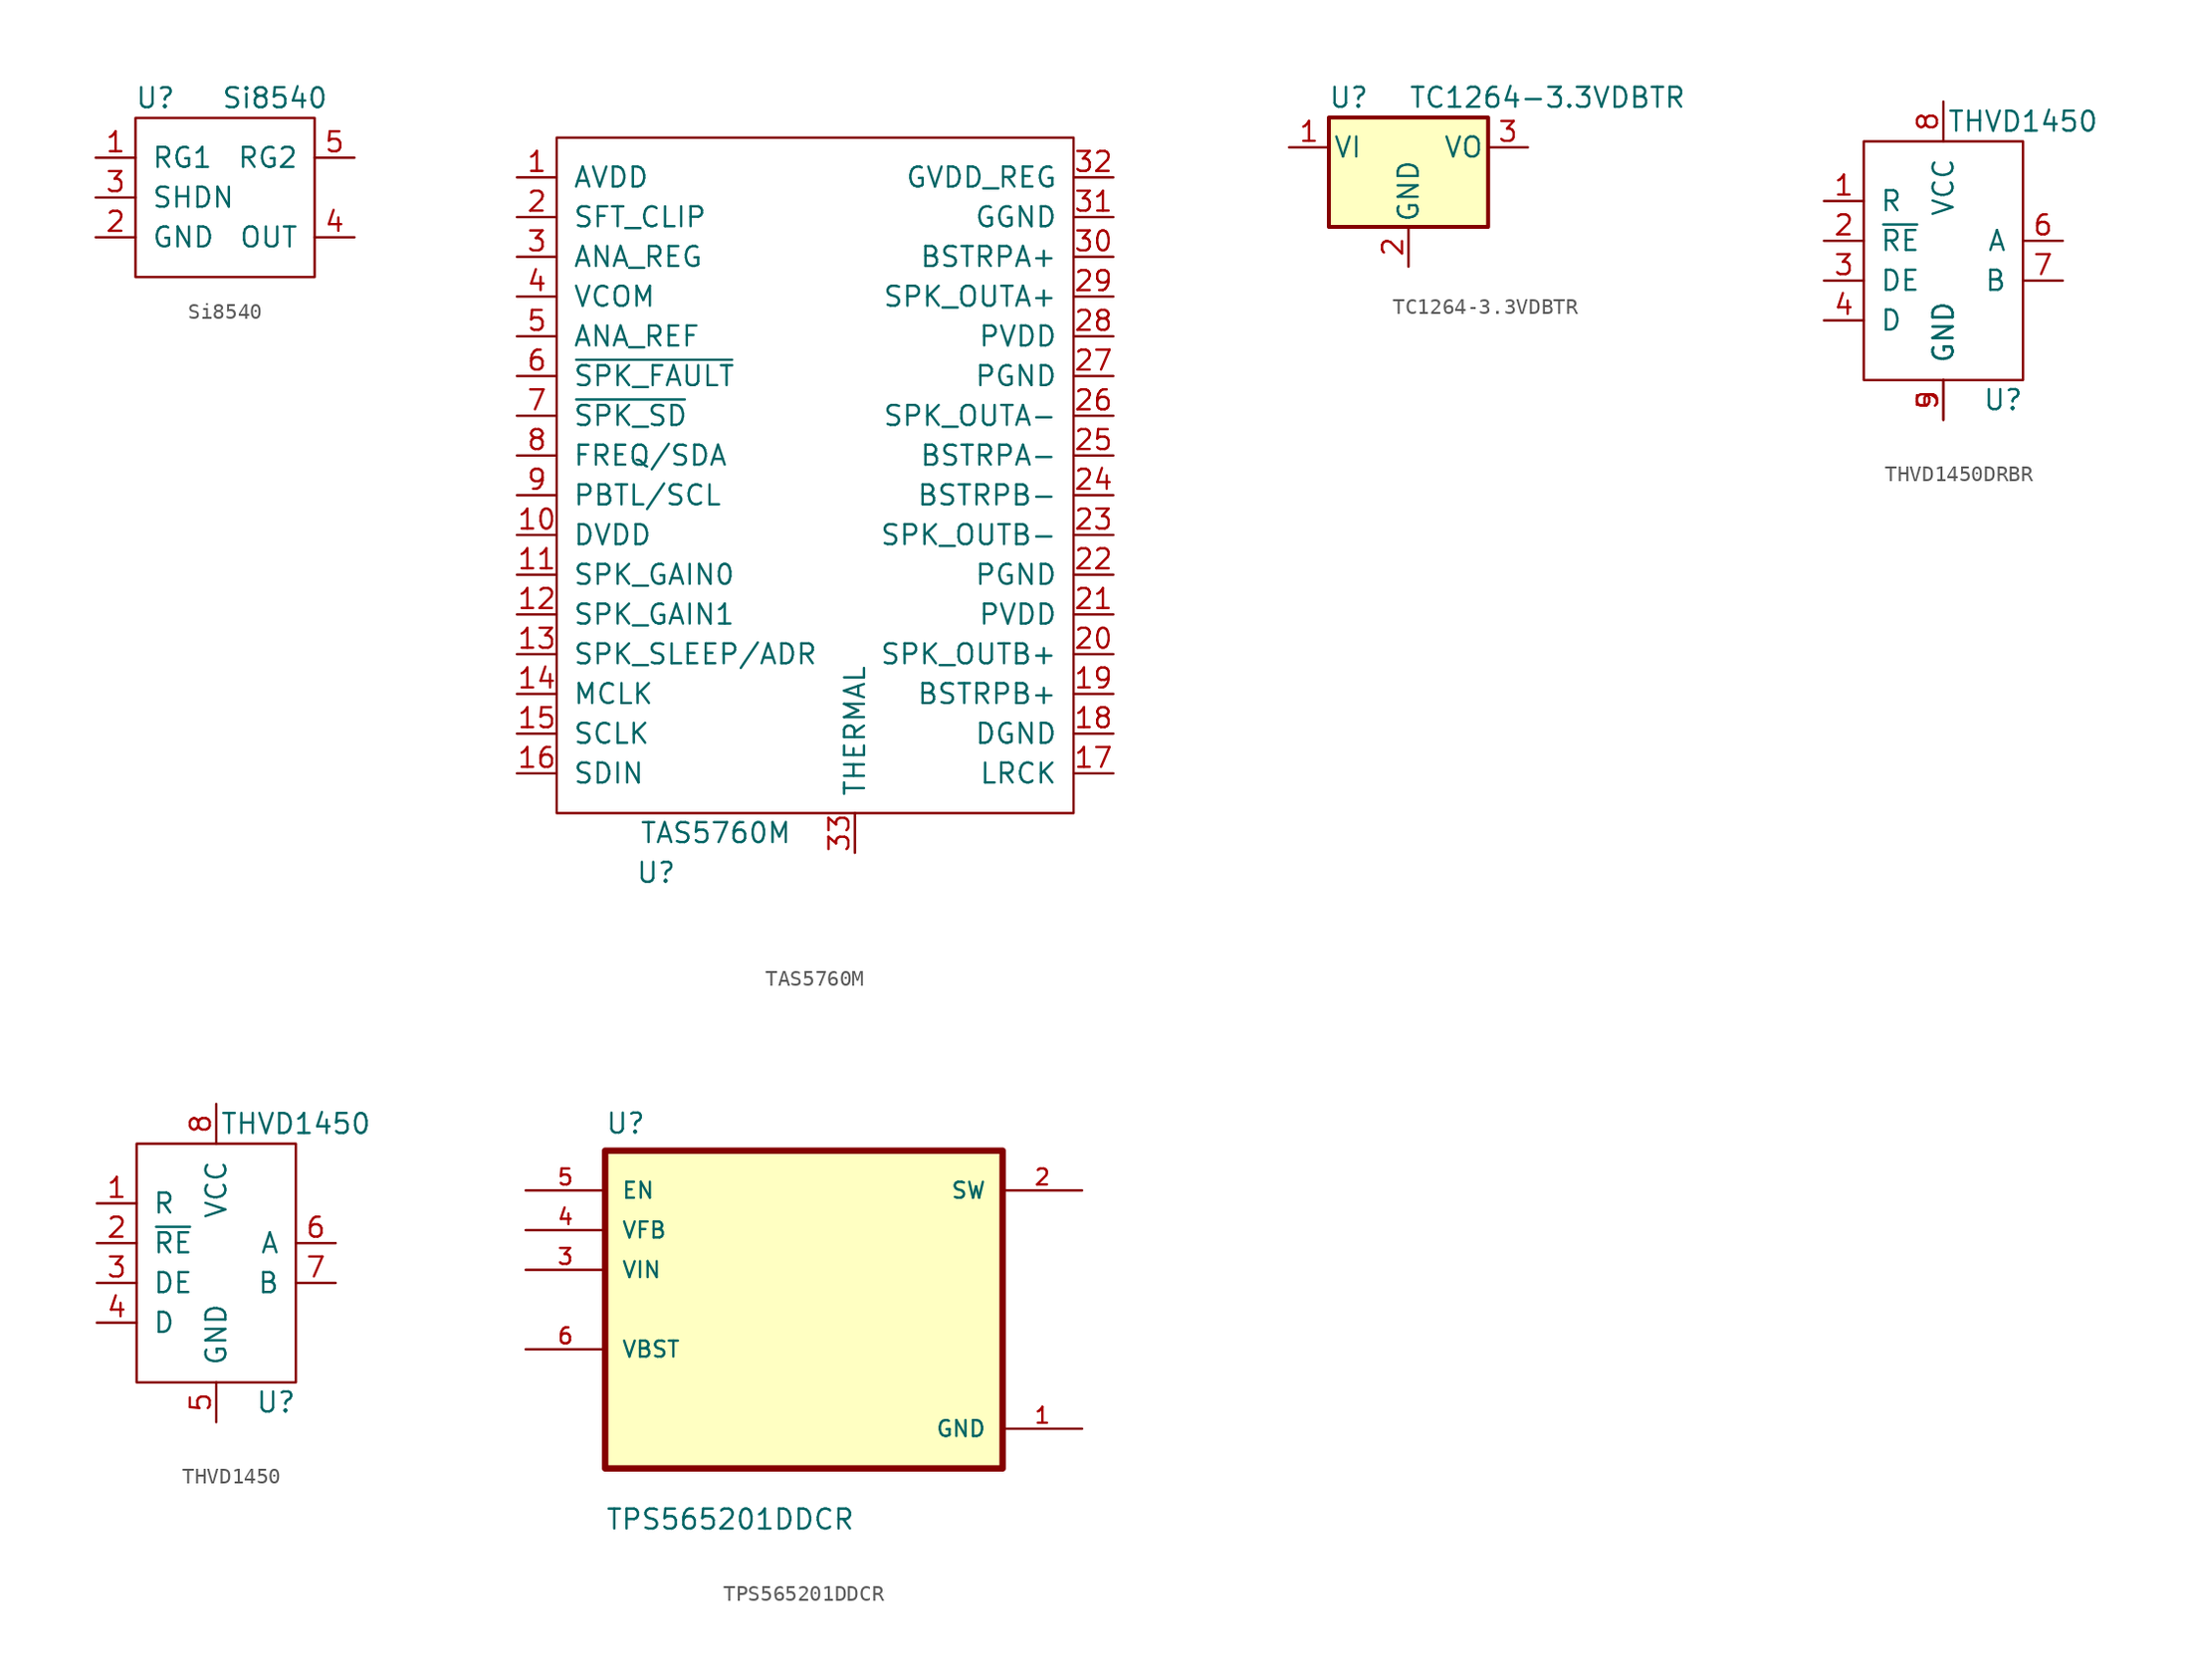
<source format=kicad_sym>
(kicad_symbol_lib
  (version 20220914)
  (generator kicad_symbol_editor)
  (symbol "Si8540"
    (pin_names
      (offset 1.016))
    (property "Reference" "U"
      (at -5.08 6.35 0)
      (effects (font (size 1.27 1.27))))
    (property "Value" "Si8540"
      (at 2.54 6.35 0)
      (effects (font (size 1.27 1.27))))
    (symbol "Si8540_0_1"
      (rectangle (start -6.35 5.08) (end 5.08 -5.08) (stroke (width 0) (type default)) (fill (type none))))
    (symbol "Si8540_1_1"
      (pin input line (at -8.89 2.54 0) (length 2.54) (name "RG1" (effects (font (size 1.27 1.27)))) (number "1" (effects (font (size 1.27 1.27)))))
      (pin input line (at -8.89 -2.54 0) (length 2.54) (name "GND" (effects (font (size 1.27 1.27)))) (number "2" (effects (font (size 1.27 1.27)))))
      (pin input line (at -8.89 0 0) (length 2.54) (name "SHDN" (effects (font (size 1.27 1.27)))) (number "3" (effects (font (size 1.27 1.27)))))
      (pin input line (at 7.62 -2.54 180) (length 2.54) (name "OUT" (effects (font (size 1.27 1.27)))) (number "4" (effects (font (size 1.27 1.27)))))
      (pin input line (at 7.62 2.54 180) (length 2.54) (name "RG2" (effects (font (size 1.27 1.27)))) (number "5" (effects (font (size 1.27 1.27)))))))
  (symbol "TAS5760M"
    (pin_names
      (offset 1.016))
    (property "Reference" "U"
      (at -10.16 -25.4 0)
      (effects (font (size 1.27 1.27))))
    (property "Value" "TAS5760M"
      (at -6.35 -22.86 0)
      (effects (font (size 1.27 1.27))))
    (symbol "TAS5760M_0_1"
      (rectangle (start -16.51 21.59) (end 16.51 -21.59) (stroke (width 0) (type default)) (fill (type none))))
    (symbol "TAS5760M_1_1"
      (pin input line (at -19.05 19.05 0) (length 2.54) (name "AVDD" (effects (font (size 1.27 1.27)))) (number "1" (effects (font (size 1.27 1.27)))))
      (pin input line (at -19.05 -3.81 0) (length 2.54) (name "DVDD" (effects (font (size 1.27 1.27)))) (number "10" (effects (font (size 1.27 1.27)))))
      (pin input line (at -19.05 -6.35 0) (length 2.54) (name "SPK_GAIN0" (effects (font (size 1.27 1.27)))) (number "11" (effects (font (size 1.27 1.27)))))
      (pin input line (at -19.05 -8.89 0) (length 2.54) (name "SPK_GAIN1" (effects (font (size 1.27 1.27)))) (number "12" (effects (font (size 1.27 1.27)))))
      (pin input line (at -19.05 -11.43 0) (length 2.54) (name "SPK_SLEEP/ADR" (effects (font (size 1.27 1.27)))) (number "13" (effects (font (size 1.27 1.27)))))
      (pin input line (at -19.05 -13.97 0) (length 2.54) (name "MCLK" (effects (font (size 1.27 1.27)))) (number "14" (effects (font (size 1.27 1.27)))))
      (pin input line (at -19.05 -16.51 0) (length 2.54) (name "SCLK" (effects (font (size 1.27 1.27)))) (number "15" (effects (font (size 1.27 1.27)))))
      (pin input line (at -19.05 -19.05 0) (length 2.54) (name "SDIN" (effects (font (size 1.27 1.27)))) (number "16" (effects (font (size 1.27 1.27)))))
      (pin input line (at 19.05 -19.05 180) (length 2.54) (name "LRCK" (effects (font (size 1.27 1.27)))) (number "17" (effects (font (size 1.27 1.27)))))
      (pin input line (at 19.05 -16.51 180) (length 2.54) (name "DGND" (effects (font (size 1.27 1.27)))) (number "18" (effects (font (size 1.27 1.27)))))
      (pin input line (at 19.05 -13.97 180) (length 2.54) (name "BSTRPB+" (effects (font (size 1.27 1.27)))) (number "19" (effects (font (size 1.27 1.27)))))
      (pin input line (at -19.05 16.51 0) (length 2.54) (name "SFT_CLIP" (effects (font (size 1.27 1.27)))) (number "2" (effects (font (size 1.27 1.27)))))
      (pin input line (at 19.05 -11.43 180) (length 2.54) (name "SPK_OUTB+" (effects (font (size 1.27 1.27)))) (number "20" (effects (font (size 1.27 1.27)))))
      (pin input line (at 19.05 -8.89 180) (length 2.54) (name "PVDD" (effects (font (size 1.27 1.27)))) (number "21" (effects (font (size 1.27 1.27)))))
      (pin input line (at 19.05 -6.35 180) (length 2.54) (name "PGND" (effects (font (size 1.27 1.27)))) (number "22" (effects (font (size 1.27 1.27)))))
      (pin input line (at 19.05 -3.81 180) (length 2.54) (name "SPK_OUTB-" (effects (font (size 1.27 1.27)))) (number "23" (effects (font (size 1.27 1.27)))))
      (pin input line (at 19.05 -1.27 180) (length 2.54) (name "BSTRPB-" (effects (font (size 1.27 1.27)))) (number "24" (effects (font (size 1.27 1.27)))))
      (pin input line (at 19.05 1.27 180) (length 2.54) (name "BSTRPA-" (effects (font (size 1.27 1.27)))) (number "25" (effects (font (size 1.27 1.27)))))
      (pin input line (at 19.05 3.81 180) (length 2.54) (name "SPK_OUTA-" (effects (font (size 1.27 1.27)))) (number "26" (effects (font (size 1.27 1.27)))))
      (pin input line (at 19.05 6.35 180) (length 2.54) (name "PGND" (effects (font (size 1.27 1.27)))) (number "27" (effects (font (size 1.27 1.27)))))
      (pin input line (at 19.05 8.89 180) (length 2.54) (name "PVDD" (effects (font (size 1.27 1.27)))) (number "28" (effects (font (size 1.27 1.27)))))
      (pin input line (at 19.05 11.43 180) (length 2.54) (name "SPK_OUTA+" (effects (font (size 1.27 1.27)))) (number "29" (effects (font (size 1.27 1.27)))))
      (pin input line (at -19.05 13.97 0) (length 2.54) (name "ANA_REG" (effects (font (size 1.27 1.27)))) (number "3" (effects (font (size 1.27 1.27)))))
      (pin input line (at 19.05 13.97 180) (length 2.54) (name "BSTRPA+" (effects (font (size 1.27 1.27)))) (number "30" (effects (font (size 1.27 1.27)))))
      (pin input line (at 19.05 16.51 180) (length 2.54) (name "GGND" (effects (font (size 1.27 1.27)))) (number "31" (effects (font (size 1.27 1.27)))))
      (pin input line (at 19.05 19.05 180) (length 2.54) (name "GVDD_REG" (effects (font (size 1.27 1.27)))) (number "32" (effects (font (size 1.27 1.27)))))
      (pin input line (at 2.54 -24.13 90) (length 2.54) (name "THERMAL" (effects (font (size 1.27 1.27)))) (number "33" (effects (font (size 1.27 1.27)))))
      (pin input line (at -19.05 11.43 0) (length 2.54) (name "VCOM" (effects (font (size 1.27 1.27)))) (number "4" (effects (font (size 1.27 1.27)))))
      (pin input line (at -19.05 8.89 0) (length 2.54) (name "ANA_REF" (effects (font (size 1.27 1.27)))) (number "5" (effects (font (size 1.27 1.27)))))
      (pin input line (at -19.05 6.35 0) (length 2.54) (name "~{SPK_FAULT}" (effects (font (size 1.27 1.27)))) (number "6" (effects (font (size 1.27 1.27)))))
      (pin input line (at -19.05 3.81 0) (length 2.54) (name "~{SPK_SD}" (effects (font (size 1.27 1.27)))) (number "7" (effects (font (size 1.27 1.27)))))
      (pin input line (at -19.05 1.27 0) (length 2.54) (name "FREQ/SDA" (effects (font (size 1.27 1.27)))) (number "8" (effects (font (size 1.27 1.27)))))
      (pin input line (at -19.05 -1.27 0) (length 2.54) (name "PBTL/SCL" (effects (font (size 1.27 1.27)))) (number "9" (effects (font (size 1.27 1.27)))))))
  (symbol "TC1264-3.3VDBTR"
    (pin_names
      (offset 0.254))
    (property "Reference" "U"
      (at -3.81 3.175 0)
      (effects (font (size 1.27 1.27))))
    (property "Value" "TC1264-3.3VDBTR"
      (at 0 3.175 0)
      (effects (font (size 1.27 1.27)) (justify left)))
    (symbol "TC1264-3.3VDBTR_0_1"
      (rectangle (start -5.08 -5.08) (end 5.08 1.905) (stroke (width 0.254) (type default)) (fill (type background))))
    (symbol "TC1264-3.3VDBTR_1_1"
      (pin power_in line (at -7.62 0 0) (length 2.54) (name "VI" (effects (font (size 1.27 1.27)))) (number "1" (effects (font (size 1.27 1.27)))))
      (pin power_in line (at 0 -7.62 90) (length 2.54) (name "GND" (effects (font (size 1.27 1.27)))) (number "2" (effects (font (size 1.27 1.27)))))
      (pin power_out line (at 7.62 0 180) (length 2.54) (name "VO" (effects (font (size 1.27 1.27)))) (number "3" (effects (font (size 1.27 1.27)))))))
  (symbol "THVD1450DRBR"
    (pin_names
      (offset 1.016))
    (property "Reference" "U"
      (at 3.81 -8.89 0)
      (effects (font (size 1.27 1.27))))
    (property "Value" "THVD1450"
      (at 5.08 8.89 0)
      (effects (font (size 1.27 1.27))))
    (symbol "THVD1450DRBR_0_1"
      (rectangle (start -5.08 7.62) (end 5.08 -7.62) (stroke (width 0) (type default)) (fill (type none))))
    (symbol "THVD1450DRBR_1_1"
      (pin output line (at -7.62 3.81 0) (length 2.54) (name "R" (effects (font (size 1.27 1.27)))) (number "1" (effects (font (size 1.27 1.27)))))
      (pin input line (at -7.62 1.27 0) (length 2.54) (name "~{RE}" (effects (font (size 1.27 1.27)))) (number "2" (effects (font (size 1.27 1.27)))))
      (pin input line (at -7.62 -1.27 0) (length 2.54) (name "DE" (effects (font (size 1.27 1.27)))) (number "3" (effects (font (size 1.27 1.27)))))
      (pin input line (at -7.62 -3.81 0) (length 2.54) (name "D" (effects (font (size 1.27 1.27)))) (number "4" (effects (font (size 1.27 1.27)))))
      (pin input line (at 0 -10.16 90) (length 2.54) (name "GND" (effects (font (size 1.27 1.27)))) (number "5" (effects (font (size 1.27 1.27)))))
      (pin input line (at 7.62 1.27 180) (length 2.54) (name "A" (effects (font (size 1.27 1.27)))) (number "6" (effects (font (size 1.27 1.27)))))
      (pin input line (at 7.62 -1.27 180) (length 2.54) (name "B" (effects (font (size 1.27 1.27)))) (number "7" (effects (font (size 1.27 1.27)))))
      (pin input line (at 0 10.16 270) (length 2.54) (name "VCC" (effects (font (size 1.27 1.27)))) (number "8" (effects (font (size 1.27 1.27)))))
      (pin input line (at 0 -10.16 90) (length 2.54) (name "GND" (effects (font (size 1.27 1.27)))) (number "9" (effects (font (size 1.27 1.27)))))))
  (symbol "THVD1450"
    (pin_names
      (offset 1.016))
    (property "Reference" "U"
      (at 3.81 -8.89 0)
      (effects (font (size 1.27 1.27))))
    (property "Value" "THVD1450"
      (at 5.08 8.89 0)
      (effects (font (size 1.27 1.27))))
    (symbol "THVD1450_0_1"
      (rectangle (start -5.08 7.62) (end 5.08 -7.62) (stroke (width 0) (type default)) (fill (type none))))
    (symbol "THVD1450_1_1"
      (pin output line (at -7.62 3.81 0) (length 2.54) (name "R" (effects (font (size 1.27 1.27)))) (number "1" (effects (font (size 1.27 1.27)))))
      (pin input line (at -7.62 1.27 0) (length 2.54) (name "~{RE}" (effects (font (size 1.27 1.27)))) (number "2" (effects (font (size 1.27 1.27)))))
      (pin input line (at -7.62 -1.27 0) (length 2.54) (name "DE" (effects (font (size 1.27 1.27)))) (number "3" (effects (font (size 1.27 1.27)))))
      (pin input line (at -7.62 -3.81 0) (length 2.54) (name "D" (effects (font (size 1.27 1.27)))) (number "4" (effects (font (size 1.27 1.27)))))
      (pin input line (at 0 -10.16 90) (length 2.54) (name "GND" (effects (font (size 1.27 1.27)))) (number "5" (effects (font (size 1.27 1.27)))))
      (pin input line (at 7.62 1.27 180) (length 2.54) (name "A" (effects (font (size 1.27 1.27)))) (number "6" (effects (font (size 1.27 1.27)))))
      (pin input line (at 7.62 -1.27 180) (length 2.54) (name "B" (effects (font (size 1.27 1.27)))) (number "7" (effects (font (size 1.27 1.27)))))
      (pin input line (at 0 10.16 270) (length 2.54) (name "VCC" (effects (font (size 1.27 1.27)))) (number "8" (effects (font (size 1.27 1.27)))))))
  (symbol "TPS565201DDCR"
    (pin_names
      (offset 1.016))
    (property "Reference" "U"
      (at -12.7 11.16 0)
      (effects (font (size 1.27 1.27)) (justify left bottom)))
    (property "Value" "TPS565201DDCR"
      (at -12.7 -14.16 0)
      (effects (font (size 1.27 1.27)) (justify left bottom)))
    (symbol "TPS565201DDCR_0_0"
      (rectangle (start -12.7 -10.16) (end 12.7 10.16) (stroke (width 0.41) (type default)) (fill (type background)))
      (pin power_in line (at 17.78 -7.62 180) (length 5.08) (name "GND" (effects (font (size 1.016 1.016)))) (number "1" (effects (font (size 1.016 1.016)))))
      (pin output line (at 17.78 7.62 180) (length 5.08) (name "SW" (effects (font (size 1.016 1.016)))) (number "2" (effects (font (size 1.016 1.016)))))
      (pin input line (at -17.78 2.54 0) (length 5.08) (name "VIN" (effects (font (size 1.016 1.016)))) (number "3" (effects (font (size 1.016 1.016)))))
      (pin input line (at -17.78 5.08 0) (length 5.08) (name "VFB" (effects (font (size 1.016 1.016)))) (number "4" (effects (font (size 1.016 1.016)))))
      (pin input line (at -17.78 7.62 0) (length 5.08) (name "EN" (effects (font (size 1.016 1.016)))) (number "5" (effects (font (size 1.016 1.016)))))
      (pin bidirectional line (at -17.78 -2.54 0) (length 5.08) (name "VBST" (effects (font (size 1.016 1.016)))) (number "6" (effects (font (size 1.016 1.016))))))))
</source>
